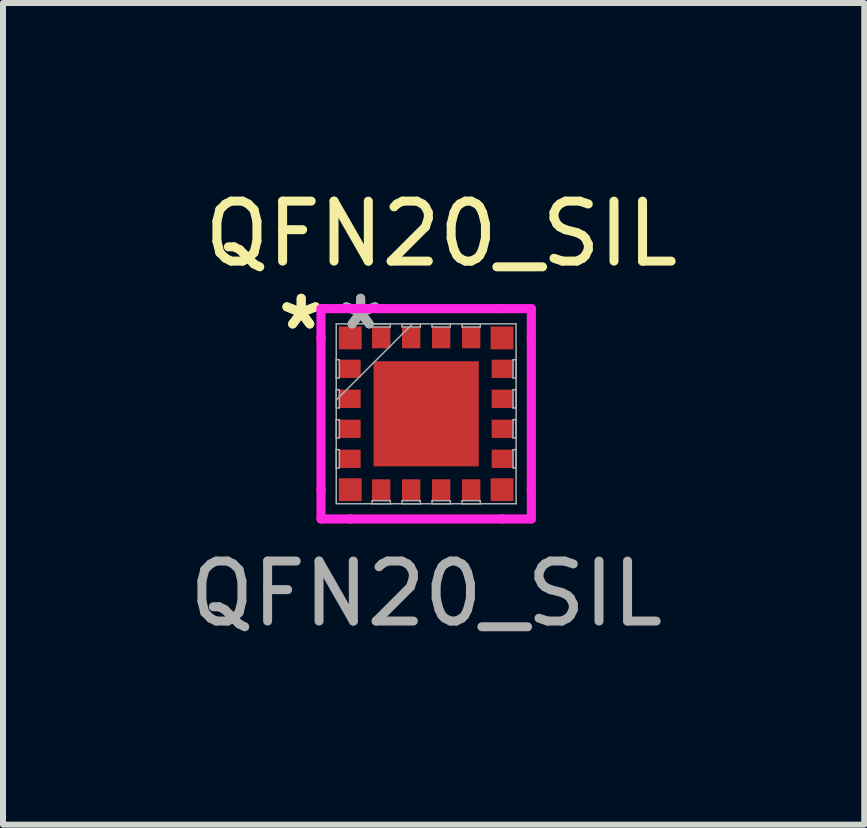
<source format=kicad_pcb>
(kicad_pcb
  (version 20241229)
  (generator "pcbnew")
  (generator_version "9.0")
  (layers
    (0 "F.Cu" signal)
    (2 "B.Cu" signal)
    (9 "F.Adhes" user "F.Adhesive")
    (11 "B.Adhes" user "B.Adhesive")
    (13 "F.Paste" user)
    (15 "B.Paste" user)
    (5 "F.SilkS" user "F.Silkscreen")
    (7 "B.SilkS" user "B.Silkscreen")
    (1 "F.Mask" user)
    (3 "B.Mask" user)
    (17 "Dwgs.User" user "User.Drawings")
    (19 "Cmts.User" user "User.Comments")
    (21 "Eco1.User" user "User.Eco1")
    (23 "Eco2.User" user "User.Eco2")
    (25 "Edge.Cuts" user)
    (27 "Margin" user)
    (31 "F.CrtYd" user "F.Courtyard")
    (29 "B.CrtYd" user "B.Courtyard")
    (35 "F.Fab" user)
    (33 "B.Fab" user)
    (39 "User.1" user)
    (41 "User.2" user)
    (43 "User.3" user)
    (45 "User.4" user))
  (footprint "QFN20_SIL"
    (layer "F.Cu")
    (at 4.054 3.848)
    (property "Reference" "QFN20_SIL" (at 0.25 -3 0) (unlocked yes) (layer "F.SilkS") (effects (font (size 1 1) (thickness 0.15))))
    (attr smd)
    (fp_line (start -1.753 -1.753) (end -1.258 -1.753) (stroke (width 0.152) (type solid)) (layer "F.CrtYd"))
    (fp_line (start -1.753 -1.258) (end -1.753 -1.753) (stroke (width 0.152) (type solid)) (layer "F.CrtYd"))
    (fp_line (start -1.753 -1.258) (end -1.753 -1.258) (stroke (width 0.152) (type solid)) (layer "F.CrtYd"))
    (fp_line (start -1.753 1.258) (end -1.753 -1.258) (stroke (width 0.152) (type solid)) (layer "F.CrtYd"))
    (fp_line (start -1.753 1.258) (end -1.753 1.258) (stroke (width 0.152) (type solid)) (layer "F.CrtYd"))
    (fp_line (start -1.753 1.753) (end -1.753 1.258) (stroke (width 0.152) (type solid)) (layer "F.CrtYd"))
    (fp_line (start -1.258 -1.753) (end -1.258 -1.753) (stroke (width 0.152) (type solid)) (layer "F.CrtYd"))
    (fp_line (start -1.258 -1.753) (end 1.258 -1.753) (stroke (width 0.152) (type solid)) (layer "F.CrtYd"))
    (fp_line (start -1.258 1.753) (end -1.753 1.753) (stroke (width 0.152) (type solid)) (layer "F.CrtYd"))
    (fp_line (start -1.258 1.753) (end -1.258 1.753) (stroke (width 0.152) (type solid)) (layer "F.CrtYd"))
    (fp_line (start 1.258 -1.753) (end 1.258 -1.753) (stroke (width 0.152) (type solid)) (layer "F.CrtYd"))
    (fp_line (start 1.258 -1.753) (end 1.753 -1.753) (stroke (width 0.152) (type solid)) (layer "F.CrtYd"))
    (fp_line (start 1.258 1.753) (end -1.258 1.753) (stroke (width 0.152) (type solid)) (layer "F.CrtYd"))
    (fp_line (start 1.258 1.753) (end 1.258 1.753) (stroke (width 0.152) (type solid)) (layer "F.CrtYd"))
    (fp_line (start 1.753 -1.753) (end 1.753 -1.258) (stroke (width 0.152) (type solid)) (layer "F.CrtYd"))
    (fp_line (start 1.753 -1.258) (end 1.753 -1.258) (stroke (width 0.152) (type solid)) (layer "F.CrtYd"))
    (fp_line (start 1.753 -1.258) (end 1.753 1.258) (stroke (width 0.152) (type solid)) (layer "F.CrtYd"))
    (fp_line (start 1.753 1.258) (end 1.753 1.258) (stroke (width 0.152) (type solid)) (layer "F.CrtYd"))
    (fp_line (start 1.753 1.258) (end 1.753 1.753) (stroke (width 0.152) (type solid)) (layer "F.CrtYd"))
    (fp_line (start 1.753 1.753) (end 1.258 1.753) (stroke (width 0.152) (type solid)) (layer "F.CrtYd"))
    (fp_line (start -1.499 -1.499) (end -1.499 1.499) (stroke (width 0.025) (type solid)) (layer "F.Fab"))
    (fp_line (start -1.499 -0.902) (end -1.448 -0.902) (stroke (width 0.025) (type solid)) (layer "F.Fab"))
    (fp_line (start -1.499 -0.598) (end -1.499 -0.902) (stroke (width 0.025) (type solid)) (layer "F.Fab"))
    (fp_line (start -1.499 -0.402) (end -1.448 -0.402) (stroke (width 0.025) (type solid)) (layer "F.Fab"))
    (fp_line (start -1.499 -0.229) (end -0.229 -1.499) (stroke (width 0.025) (type solid)) (layer "F.Fab"))
    (fp_line (start -1.499 -0.098) (end -1.499 -0.402) (stroke (width 0.025) (type solid)) (layer "F.Fab"))
    (fp_line (start -1.499 0.098) (end -1.448 0.098) (stroke (width 0.025) (type solid)) (layer "F.Fab"))
    (fp_line (start -1.499 0.402) (end -1.499 0.098) (stroke (width 0.025) (type solid)) (layer "F.Fab"))
    (fp_line (start -1.499 0.598) (end -1.448 0.598) (stroke (width 0.025) (type solid)) (layer "F.Fab"))
    (fp_line (start -1.499 0.902) (end -1.499 0.598) (stroke (width 0.025) (type solid)) (layer "F.Fab"))
    (fp_line (start -1.499 1.499) (end 1.499 1.499) (stroke (width 0.025) (type solid)) (layer "F.Fab"))
    (fp_line (start -1.448 -0.902) (end -1.448 -0.598) (stroke (width 0.025) (type solid)) (layer "F.Fab"))
    (fp_line (start -1.448 -0.598) (end -1.499 -0.598) (stroke (width 0.025) (type solid)) (layer "F.Fab"))
    (fp_line (start -1.448 -0.402) (end -1.448 -0.098) (stroke (width 0.025) (type solid)) (layer "F.Fab"))
    (fp_line (start -1.448 -0.098) (end -1.499 -0.098) (stroke (width 0.025) (type solid)) (layer "F.Fab"))
    (fp_line (start -1.448 0.098) (end -1.448 0.402) (stroke (width 0.025) (type solid)) (layer "F.Fab"))
    (fp_line (start -1.448 0.402) (end -1.499 0.402) (stroke (width 0.025) (type solid)) (layer "F.Fab"))
    (fp_line (start -1.448 0.598) (end -1.448 0.902) (stroke (width 0.025) (type solid)) (layer "F.Fab"))
    (fp_line (start -1.448 0.902) (end -1.499 0.902) (stroke (width 0.025) (type solid)) (layer "F.Fab"))
    (fp_line (start -0.902 -1.499) (end -0.598 -1.499) (stroke (width 0.025) (type solid)) (layer "F.Fab"))
    (fp_line (start -0.902 -1.448) (end -0.902 -1.499) (stroke (width 0.025) (type solid)) (layer "F.Fab"))
    (fp_line (start -0.902 1.448) (end -0.598 1.448) (stroke (width 0.025) (type solid)) (layer "F.Fab"))
    (fp_line (start -0.902 1.499) (end -0.902 1.448) (stroke (width 0.025) (type solid)) (layer "F.Fab"))
    (fp_line (start -0.598 -1.499) (end -0.598 -1.448) (stroke (width 0.025) (type solid)) (layer "F.Fab"))
    (fp_line (start -0.598 -1.448) (end -0.902 -1.448) (stroke (width 0.025) (type solid)) (layer "F.Fab"))
    (fp_line (start -0.598 1.448) (end -0.598 1.499) (stroke (width 0.025) (type solid)) (layer "F.Fab"))
    (fp_line (start -0.598 1.499) (end -0.902 1.499) (stroke (width 0.025) (type solid)) (layer "F.Fab"))
    (fp_line (start -0.402 -1.499) (end -0.098 -1.499) (stroke (width 0.025) (type solid)) (layer "F.Fab"))
    (fp_line (start -0.402 -1.448) (end -0.402 -1.499) (stroke (width 0.025) (type solid)) (layer "F.Fab"))
    (fp_line (start -0.402 1.448) (end -0.098 1.448) (stroke (width 0.025) (type solid)) (layer "F.Fab"))
    (fp_line (start -0.402 1.499) (end -0.402 1.448) (stroke (width 0.025) (type solid)) (layer "F.Fab"))
    (fp_line (start -0.098 -1.499) (end -0.098 -1.448) (stroke (width 0.025) (type solid)) (layer "F.Fab"))
    (fp_line (start -0.098 -1.448) (end -0.402 -1.448) (stroke (width 0.025) (type solid)) (layer "F.Fab"))
    (fp_line (start -0.098 1.448) (end -0.098 1.499) (stroke (width 0.025) (type solid)) (layer "F.Fab"))
    (fp_line (start -0.098 1.499) (end -0.402 1.499) (stroke (width 0.025) (type solid)) (layer "F.Fab"))
    (fp_line (start 0.098 -1.499) (end 0.402 -1.499) (stroke (width 0.025) (type solid)) (layer "F.Fab"))
    (fp_line (start 0.098 -1.448) (end 0.098 -1.499) (stroke (width 0.025) (type solid)) (layer "F.Fab"))
    (fp_line (start 0.098 1.448) (end 0.402 1.448) (stroke (width 0.025) (type solid)) (layer "F.Fab"))
    (fp_line (start 0.098 1.499) (end 0.098 1.448) (stroke (width 0.025) (type solid)) (layer "F.Fab"))
    (fp_line (start 0.402 -1.499) (end 0.402 -1.448) (stroke (width 0.025) (type solid)) (layer "F.Fab"))
    (fp_line (start 0.402 -1.448) (end 0.098 -1.448) (stroke (width 0.025) (type solid)) (layer "F.Fab"))
    (fp_line (start 0.402 1.448) (end 0.402 1.499) (stroke (width 0.025) (type solid)) (layer "F.Fab"))
    (fp_line (start 0.402 1.499) (end 0.098 1.499) (stroke (width 0.025) (type solid)) (layer "F.Fab"))
    (fp_line (start 0.598 -1.499) (end 0.902 -1.499) (stroke (width 0.025) (type solid)) (layer "F.Fab"))
    (fp_line (start 0.598 -1.448) (end 0.598 -1.499) (stroke (width 0.025) (type solid)) (layer "F.Fab"))
    (fp_line (start 0.598 1.448) (end 0.902 1.448) (stroke (width 0.025) (type solid)) (layer "F.Fab"))
    (fp_line (start 0.598 1.499) (end 0.598 1.448) (stroke (width 0.025) (type solid)) (layer "F.Fab"))
    (fp_line (start 0.902 -1.499) (end 0.902 -1.448) (stroke (width 0.025) (type solid)) (layer "F.Fab"))
    (fp_line (start 0.902 -1.448) (end 0.598 -1.448) (stroke (width 0.025) (type solid)) (layer "F.Fab"))
    (fp_line (start 0.902 1.448) (end 0.902 1.499) (stroke (width 0.025) (type solid)) (layer "F.Fab"))
    (fp_line (start 0.902 1.499) (end 0.598 1.499) (stroke (width 0.025) (type solid)) (layer "F.Fab"))
    (fp_line (start 1.448 -0.902) (end 1.499 -0.902) (stroke (width 0.025) (type solid)) (layer "F.Fab"))
    (fp_line (start 1.448 -0.598) (end 1.448 -0.902) (stroke (width 0.025) (type solid)) (layer "F.Fab"))
    (fp_line (start 1.448 -0.402) (end 1.499 -0.402) (stroke (width 0.025) (type solid)) (layer "F.Fab"))
    (fp_line (start 1.448 -0.098) (end 1.448 -0.402) (stroke (width 0.025) (type solid)) (layer "F.Fab"))
    (fp_line (start 1.448 0.098) (end 1.499 0.098) (stroke (width 0.025) (type solid)) (layer "F.Fab"))
    (fp_line (start 1.448 0.402) (end 1.448 0.098) (stroke (width 0.025) (type solid)) (layer "F.Fab"))
    (fp_line (start 1.448 0.598) (end 1.499 0.598) (stroke (width 0.025) (type solid)) (layer "F.Fab"))
    (fp_line (start 1.448 0.902) (end 1.448 0.598) (stroke (width 0.025) (type solid)) (layer "F.Fab"))
    (fp_line (start 1.499 -1.499) (end -1.499 -1.499) (stroke (width 0.025) (type solid)) (layer "F.Fab"))
    (fp_line (start 1.499 -0.902) (end 1.499 -0.598) (stroke (width 0.025) (type solid)) (layer "F.Fab"))
    (fp_line (start 1.499 -0.598) (end 1.448 -0.598) (stroke (width 0.025) (type solid)) (layer "F.Fab"))
    (fp_line (start 1.499 -0.402) (end 1.499 -0.098) (stroke (width 0.025) (type solid)) (layer "F.Fab"))
    (fp_line (start 1.499 -0.098) (end 1.448 -0.098) (stroke (width 0.025) (type solid)) (layer "F.Fab"))
    (fp_line (start 1.499 0.098) (end 1.499 0.402) (stroke (width 0.025) (type solid)) (layer "F.Fab"))
    (fp_line (start 1.499 0.402) (end 1.448 0.402) (stroke (width 0.025) (type solid)) (layer "F.Fab"))
    (fp_line (start 1.499 0.598) (end 1.499 0.902) (stroke (width 0.025) (type solid)) (layer "F.Fab"))
    (fp_line (start 1.499 0.902) (end 1.448 0.902) (stroke (width 0.025) (type solid)) (layer "F.Fab"))
    (fp_line (start 1.499 1.499) (end 1.499 -1.499) (stroke (width 0.025) (type solid)) (layer "F.Fab"))
    (fp_text user "*" (at -2.083 -1.381 0) (layer "F.SilkS") (effects (font (size 1 1) (thickness 0.15))))
    (fp_text user "*" (at -2.083 -1.381 0) (unlocked yes) (layer "F.SilkS") (effects (font (size 1 1) (thickness 0.15))))
    (fp_text user "*" (at -1.092 -1.381 0) (layer "F.Fab") (effects (font (size 1 1) (thickness 0.15))))
    (fp_text user "${REFERENCE}" (at 0 3 0) (unlocked yes) (layer "F.Fab") (effects (font (size 1 1) (thickness 0.15))))
    (fp_text user "*" (at -1.092 -1.381 0) (unlocked yes) (layer "F.Fab") (effects (font (size 1 1) (thickness 0.15))))
    (pad "1" smd rect (at -1.265 -1.265) (size 0.381 0.381) (layers "F.Cu" "F.Mask" "F.Paste"))
    (pad "2" smd rect (at -1.27 -0.75 90) (size 0.305 0.356) (layers "F.Cu" "F.Mask" "F.Paste"))
    (pad "3" smd rect (at -1.27 -0.25 90) (size 0.305 0.356) (layers "F.Cu" "F.Mask" "F.Paste"))
    (pad "4" smd rect (at -1.27 0.25 90) (size 0.305 0.356) (layers "F.Cu" "F.Mask" "F.Paste"))
    (pad "5" smd rect (at -1.27 0.75 90) (size 0.305 0.356) (layers "F.Cu" "F.Mask" "F.Paste"))
    (pad "6" smd rect (at -1.265 1.265) (size 0.381 0.381) (layers "F.Cu" "F.Mask" "F.Paste"))
    (pad "7" smd rect (at -0.75 1.27) (size 0.305 0.356) (layers "F.Cu" "F.Mask" "F.Paste"))
    (pad "8" smd rect (at -0.25 1.27) (size 0.305 0.356) (layers "F.Cu" "F.Mask" "F.Paste"))
    (pad "9" smd rect (at 0.25 1.27) (size 0.305 0.356) (layers "F.Cu" "F.Mask" "F.Paste"))
    (pad "10" smd rect (at 0.75 1.27) (size 0.305 0.356) (layers "F.Cu" "F.Mask" "F.Paste"))
    (pad "11" smd rect (at 1.265 1.265) (size 0.381 0.381) (layers "F.Cu" "F.Mask" "F.Paste"))
    (pad "12" smd rect (at 1.27 0.75 90) (size 0.305 0.356) (layers "F.Cu" "F.Mask" "F.Paste"))
    (pad "13" smd rect (at 1.27 0.25 90) (size 0.305 0.356) (layers "F.Cu" "F.Mask" "F.Paste"))
    (pad "14" smd rect (at 1.27 -0.25 90) (size 0.305 0.356) (layers "F.Cu" "F.Mask" "F.Paste"))
    (pad "15" smd rect (at 1.27 -0.75 90) (size 0.305 0.356) (layers "F.Cu" "F.Mask" "F.Paste"))
    (pad "16" smd rect (at 1.265 -1.265) (size 0.381 0.381) (layers "F.Cu" "F.Mask" "F.Paste"))
    (pad "17" smd rect (at 0.75 -1.27) (size 0.305 0.356) (layers "F.Cu" "F.Mask" "F.Paste"))
    (pad "18" smd rect (at 0.25 -1.27) (size 0.305 0.356) (layers "F.Cu" "F.Mask" "F.Paste"))
    (pad "19" smd rect (at -0.25 -1.27) (size 0.305 0.356) (layers "F.Cu" "F.Mask" "F.Paste"))
    (pad "20" smd rect (at -0.75 -1.27) (size 0.305 0.356) (layers "F.Cu" "F.Mask" "F.Paste"))
    (pad "21" smd rect (at 0 0) (size 1.753 1.753) (layers "F.Cu" "F.Mask" "F.Paste")))
  (gr_rect
    (start -3 -3)
    (end 11.357 10.697)
    (stroke (width 0.1) (type default))
    (fill no)
    (layer "Edge.Cuts")))
</source>
